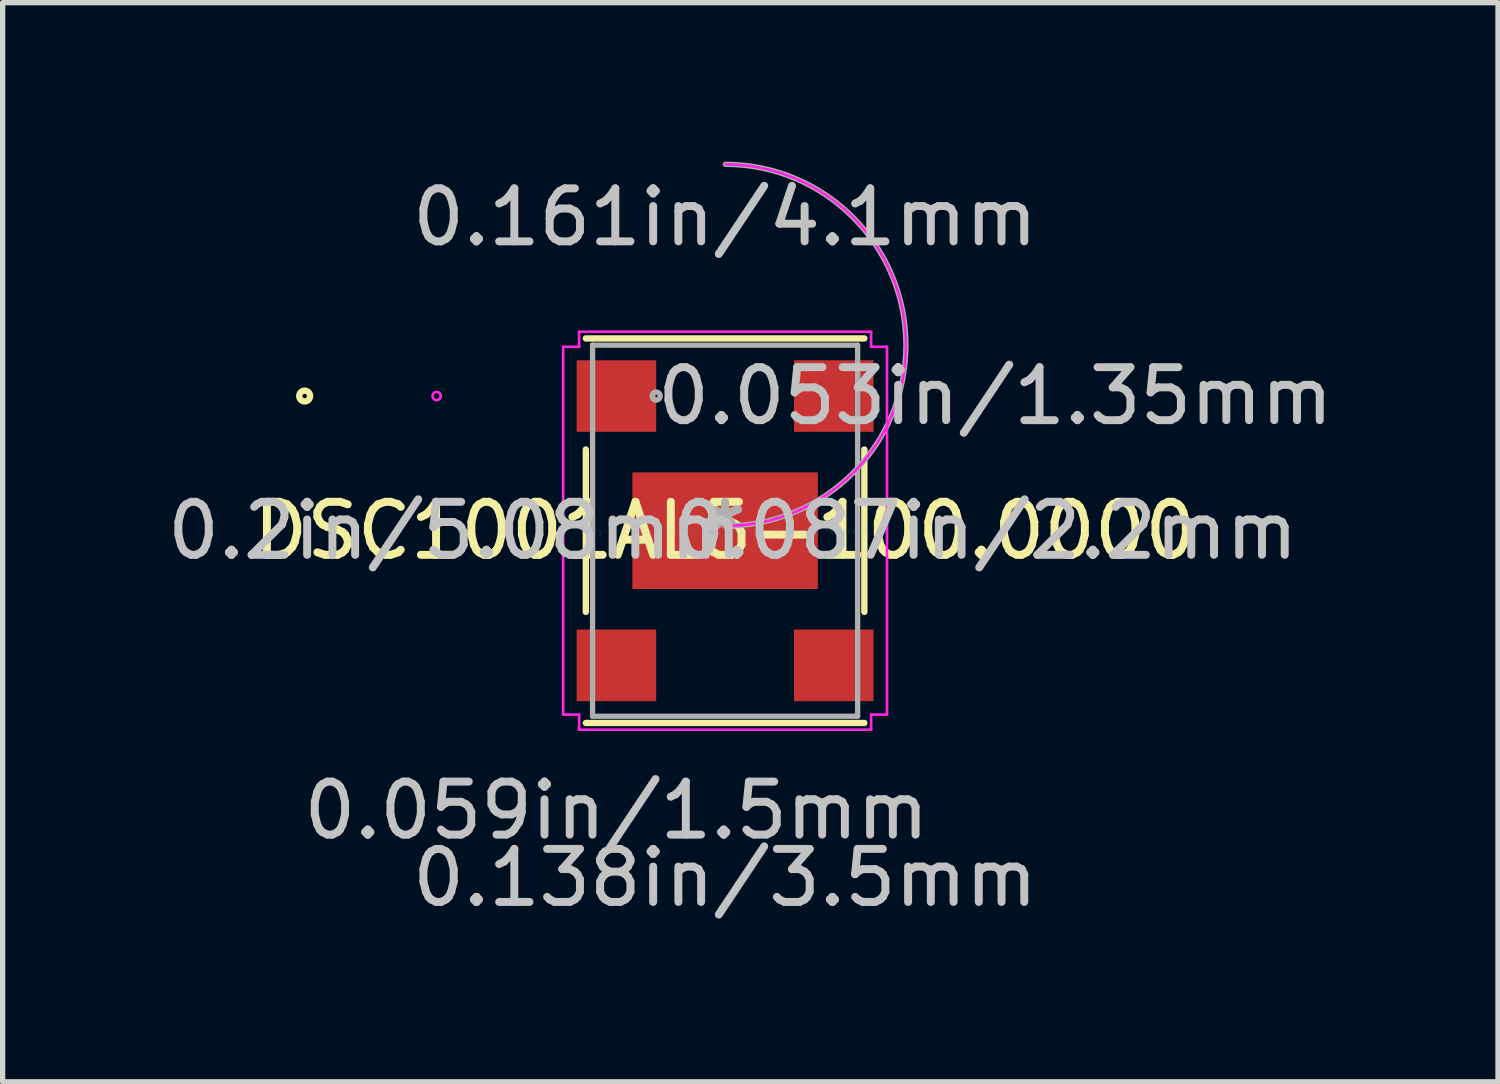
<source format=kicad_pcb>
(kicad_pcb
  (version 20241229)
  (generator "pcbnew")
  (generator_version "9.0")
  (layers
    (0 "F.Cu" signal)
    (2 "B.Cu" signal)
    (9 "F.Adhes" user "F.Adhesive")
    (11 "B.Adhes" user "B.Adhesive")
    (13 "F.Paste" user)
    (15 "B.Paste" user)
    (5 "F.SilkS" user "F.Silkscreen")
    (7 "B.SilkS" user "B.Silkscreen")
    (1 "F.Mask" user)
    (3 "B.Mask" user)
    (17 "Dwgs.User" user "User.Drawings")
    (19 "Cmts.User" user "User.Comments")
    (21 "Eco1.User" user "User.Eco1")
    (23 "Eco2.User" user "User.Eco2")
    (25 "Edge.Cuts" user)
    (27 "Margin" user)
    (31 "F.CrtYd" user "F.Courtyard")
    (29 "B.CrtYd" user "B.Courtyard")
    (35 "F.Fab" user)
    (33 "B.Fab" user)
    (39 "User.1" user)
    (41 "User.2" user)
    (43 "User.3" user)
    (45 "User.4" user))
  (footprint "DSC1001AL5-100.0000"
    (layer "F.Cu")
    (at 10.628 6.961)
    (property "Reference" "DSC1001AL5-100.0000" (at 0 0 0) (layer "F.SilkS") (effects (font (size 1 1) (thickness 0.15))))
    (attr through_hole)
    (fp_line (start -2.627 -1.532) (end -2.627 1.532) (stroke (width 0.12) (type solid)) (layer "F.SilkS"))
    (fp_line (start -2.627 3.627) (end 2.627 3.627) (stroke (width 0.12) (type solid)) (layer "F.SilkS"))
    (fp_line (start 2.627 -3.627) (end -2.627 -3.627) (stroke (width 0.12) (type solid)) (layer "F.SilkS"))
    (fp_line (start 2.627 1.532) (end 2.627 -1.532) (stroke (width 0.12) (type solid)) (layer "F.SilkS"))
    (fp_circle (center -7.931 -2.54) (end -7.829 -2.54) (stroke (width 0.12) (type solid)) (fill no) (layer "F.SilkS"))
    (fp_line (start -3.054 -3.469) (end -2.754 -3.469) (stroke (width 0.05) (type solid)) (layer "F.CrtYd"))
    (fp_line (start -3.054 3.469) (end -3.054 -3.469) (stroke (width 0.05) (type solid)) (layer "F.CrtYd"))
    (fp_line (start -2.754 -3.754) (end 2.754 -3.754) (stroke (width 0.05) (type solid)) (layer "F.CrtYd"))
    (fp_line (start -2.754 -3.469) (end -2.754 -3.754) (stroke (width 0.05) (type solid)) (layer "F.CrtYd"))
    (fp_line (start -2.754 3.469) (end -3.054 3.469) (stroke (width 0.05) (type solid)) (layer "F.CrtYd"))
    (fp_line (start -2.754 3.754) (end -2.754 3.469) (stroke (width 0.05) (type solid)) (layer "F.CrtYd"))
    (fp_line (start 2.754 -3.754) (end 2.754 -3.469) (stroke (width 0.05) (type solid)) (layer "F.CrtYd"))
    (fp_line (start 2.754 -3.469) (end 3.054 -3.469) (stroke (width 0.05) (type solid)) (layer "F.CrtYd"))
    (fp_line (start 2.754 3.469) (end 2.754 3.754) (stroke (width 0.05) (type solid)) (layer "F.CrtYd"))
    (fp_line (start 2.754 3.754) (end -2.754 3.754) (stroke (width 0.05) (type solid)) (layer "F.CrtYd"))
    (fp_line (start 3.054 -3.469) (end 3.054 3.469) (stroke (width 0.05) (type solid)) (layer "F.CrtYd"))
    (fp_line (start 3.054 3.469) (end 2.754 3.469) (stroke (width 0.05) (type solid)) (layer "F.CrtYd"))
    (fp_arc (start 0.010583 -6.911102) (mid 3.411101 -3.489418) (end -0.010583 -0.0889) (stroke (width 0.05) (type solid)) (layer "F.CrtYd"))
    (fp_circle (center -5.442 -2.54) (end -5.365 -2.54) (stroke (width 0.05) (type solid)) (fill no) (layer "F.CrtYd"))
    (fp_line (start -2.5 -3.5) (end -2.5 3.5) (stroke (width 0.1) (type solid)) (layer "F.Fab"))
    (fp_line (start -2.5 3.5) (end 2.5 3.5) (stroke (width 0.1) (type solid)) (layer "F.Fab"))
    (fp_line (start 2.5 -3.5) (end -2.5 -3.5) (stroke (width 0.1) (type solid)) (layer "F.Fab"))
    (fp_line (start 2.5 3.5) (end 2.5 -3.5) (stroke (width 0.1) (type solid)) (layer "F.Fab"))
    (fp_arc (start 0.007742 -6.911102) (mid 3.411101 -3.492259) (end -0.007742 -0.0889) (stroke (width 0.1) (type solid)) (layer "F.Fab"))
    (fp_circle (center -1.3 -2.54) (end -1.224 -2.54) (stroke (width 0.1) (type solid)) (fill no) (layer "F.Fab"))
    (fp_text user "*" (at 0 0 0) (layer "F.SilkS") (effects (font (size 1 1) (thickness 0.15))))
    (fp_text user "0.2in/5.08mm" (at -5.098 0 0) (layer "Dwgs.User") (effects (font (size 1 1) (thickness 0.15))))
    (fp_text user "0.059in/1.5mm" (at -2.05 5.278 0) (layer "Dwgs.User") (effects (font (size 1 1) (thickness 0.15))))
    (fp_text user "0.161in/4.1mm" (at 0 -5.913 0) (layer "Dwgs.User") (effects (font (size 1 1) (thickness 0.15))))
    (fp_text user "0.087in/2.2mm" (at 4.913 0 0) (layer "Dwgs.User") (effects (font (size 1 1) (thickness 0.15))))
    (fp_text user "0.138in/3.5mm" (at 0 6.548 0) (layer "Dwgs.User") (effects (font (size 1 1) (thickness 0.15))))
    (fp_text user "0.053in/1.35mm" (at 5.098 -2.54 0) (layer "Dwgs.User") (effects (font (size 1 1) (thickness 0.15))))
    (fp_text user "Copyright 2021 Accelerated Designs. All rights reserved." (at 0 0 0) (layer "Cmts.User") (effects (font (size 0.127 0.127) (thickness 0.002))))
    (fp_text user "*" (at 0 0 0) (layer "F.Fab") (effects (font (size 1 1) (thickness 0.15))))
    (pad "1" smd rect (at -2.05 -2.54) (size 1.5 1.35) (layers "F.Cu" "F.Mask" "F.Paste"))
    (pad "2" smd rect (at -2.05 2.54) (size 1.5 1.35) (layers "F.Cu" "F.Mask" "F.Paste"))
    (pad "3" smd rect (at 2.05 2.54) (size 1.5 1.35) (layers "F.Cu" "F.Mask" "F.Paste"))
    (pad "4" smd rect (at 2.05 -2.54) (size 1.5 1.35) (layers "F.Cu" "F.Mask" "F.Paste"))
    (pad "5" smd rect (at 0 0) (size 3.5 2.2) (layers "F.Cu" "F.Mask" "F.Paste")))
  (gr_rect
    (start -3 -3)
    (end 25.208 17.357)
    (stroke (width 0.1) (type default))
    (fill no)
    (layer "Edge.Cuts")))
</source>
